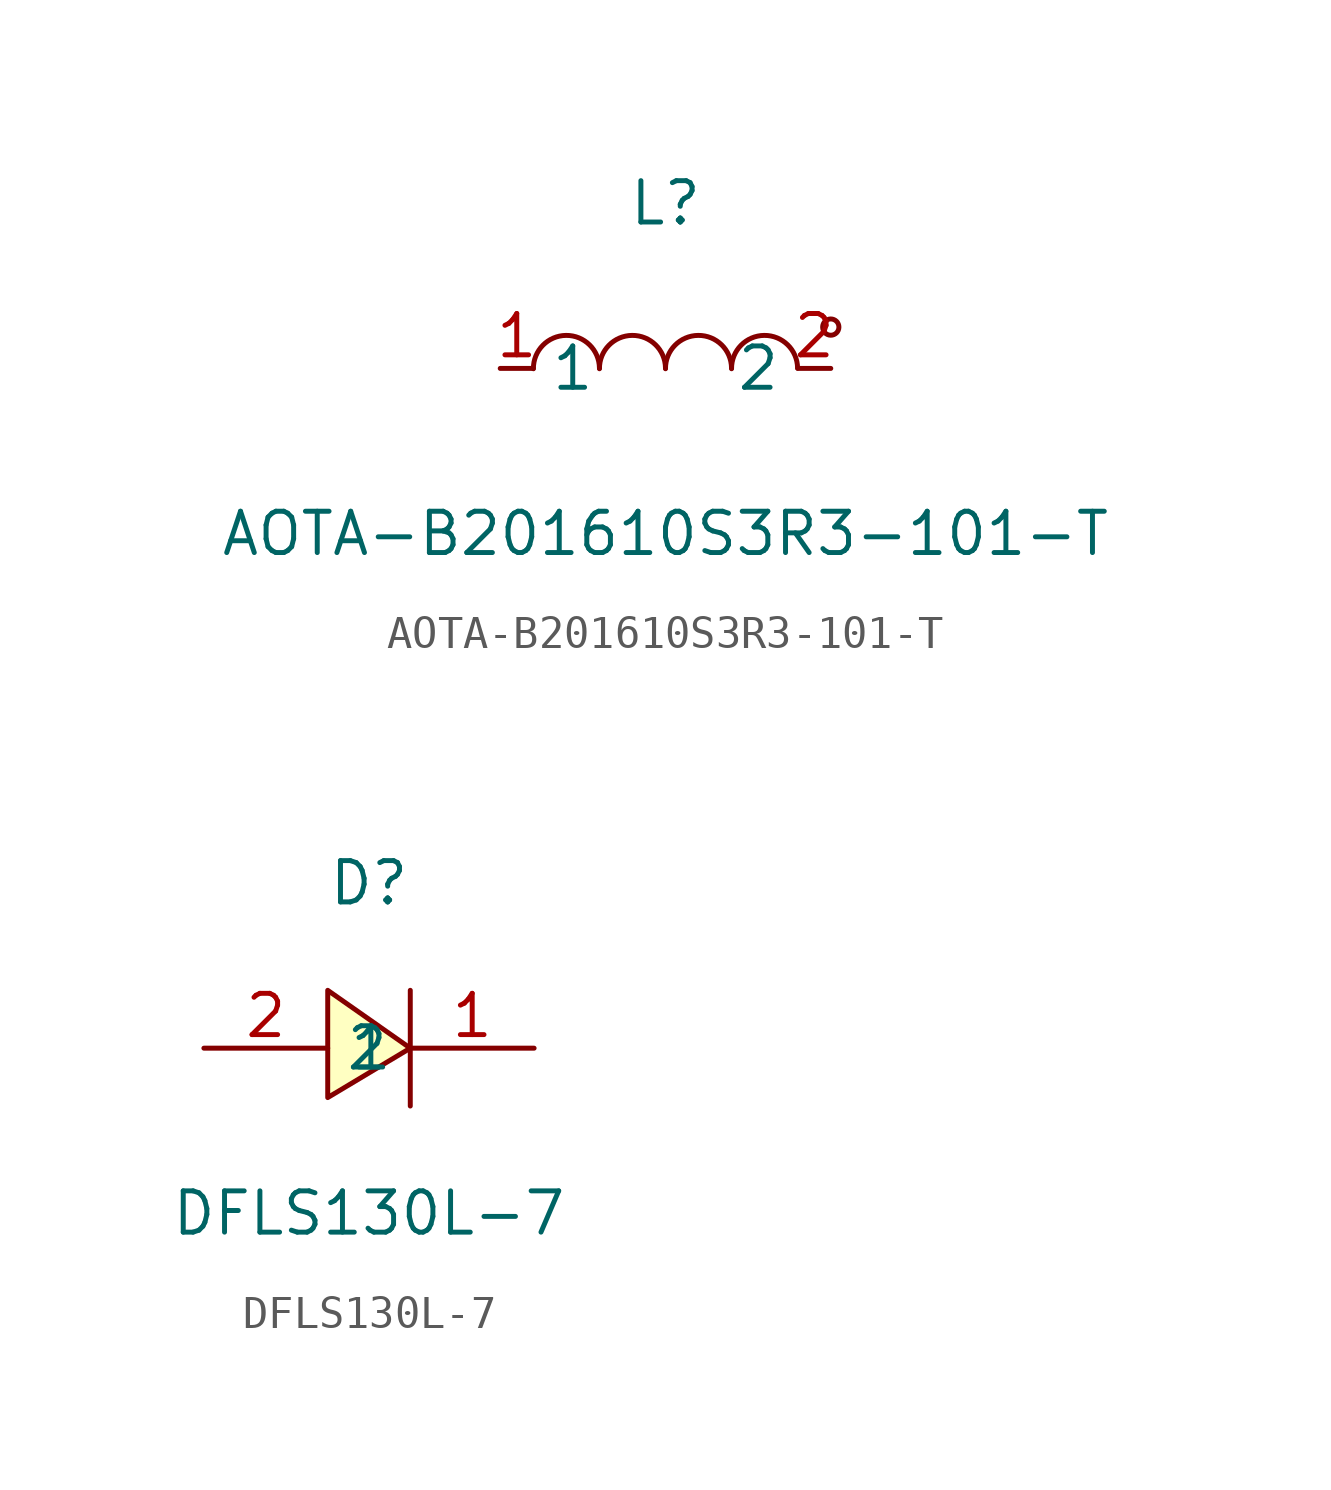
<source format=kicad_sym>
(kicad_symbol_lib
  (version 20211014)
  (generator https://github.com/uPesy/easyeda2kicad.py)
  (symbol "AOTA-B201610S3R3-101-T"
    (property "Reference" "L"
      (at 0 5.08 0)
      (effects (font (size 1.27 1.27))))
    (property "Value" "AOTA-B201610S3R3-101-T"
      (at 0 -5.08 0)
      (effects (font (size 1.27 1.27))))
    (symbol "AOTA-B201610S3R3-101-T_0_1"
      (circle (center 5.08 1.27) (radius 0.25) (stroke (width 0) (type default) (color 0 0 0 0)) (fill (type none)))
      (arc (start -4.06 -0.01) (mid -2.83 0.99) (end -2.03 0.01) (stroke (width 0) (type default) (color 0 0 0 0)) (fill (type none)))
      (arc (start -2.03 -0.01) (mid -0.80 0.99) (end 0.00 0.01) (stroke (width 0) (type default) (color 0 0 0 0)) (fill (type none)))
      (arc (start 2.03 -0.01) (mid 3.26 0.99) (end 4.06 0.01) (stroke (width 0) (type default) (color 0 0 0 0)) (fill (type none)))
      (arc (start 0.00 -0.01) (mid 1.23 0.99) (end 2.03 0.01) (stroke (width 0) (type default) (color 0 0 0 0)) (fill (type none)))
      (pin unspecified line (at 5.08 -0.00 180) (length 1.016) (name "2" (effects (font (size 1.27 1.27)))) (number "2" (effects (font (size 1.27 1.27)))))
      (pin unspecified line (at -5.08 -0.00 0) (length 1.016) (name "1" (effects (font (size 1.27 1.27)))) (number "1" (effects (font (size 1.27 1.27)))))))
  (symbol "DFLS130L-7"
    (property "Reference" "D"
      (at 0 5.08 0)
      (effects (font (size 1.27 1.27))))
    (property "Value" "DFLS130L-7"
      (at 0 -5.08 0)
      (effects (font (size 1.27 1.27))))
    (symbol "DFLS130L-7_0_1"
      (polyline (pts (xy -1.27 -1.52) (xy 1.27 -0.00) (xy -1.27 1.78) (xy -1.27 -1.52)) (stroke (width 0) (type default) (color 0 0 0 0)) (fill (type background)))
      (polyline (pts (xy 1.27 -1.78) (xy 1.27 1.78)) (stroke (width 0) (type default) (color 0 0 0 0)) (fill (type none)))
      (pin unspecified line (at -5.08 -0.00 0) (length 3.81) (name "2" (effects (font (size 1.27 1.27)))) (number "2" (effects (font (size 1.27 1.27)))))
      (pin unspecified line (at 5.08 -0.00 180) (length 3.81) (name "1" (effects (font (size 1.27 1.27)))) (number "1" (effects (font (size 1.27 1.27))))))))
</source>
